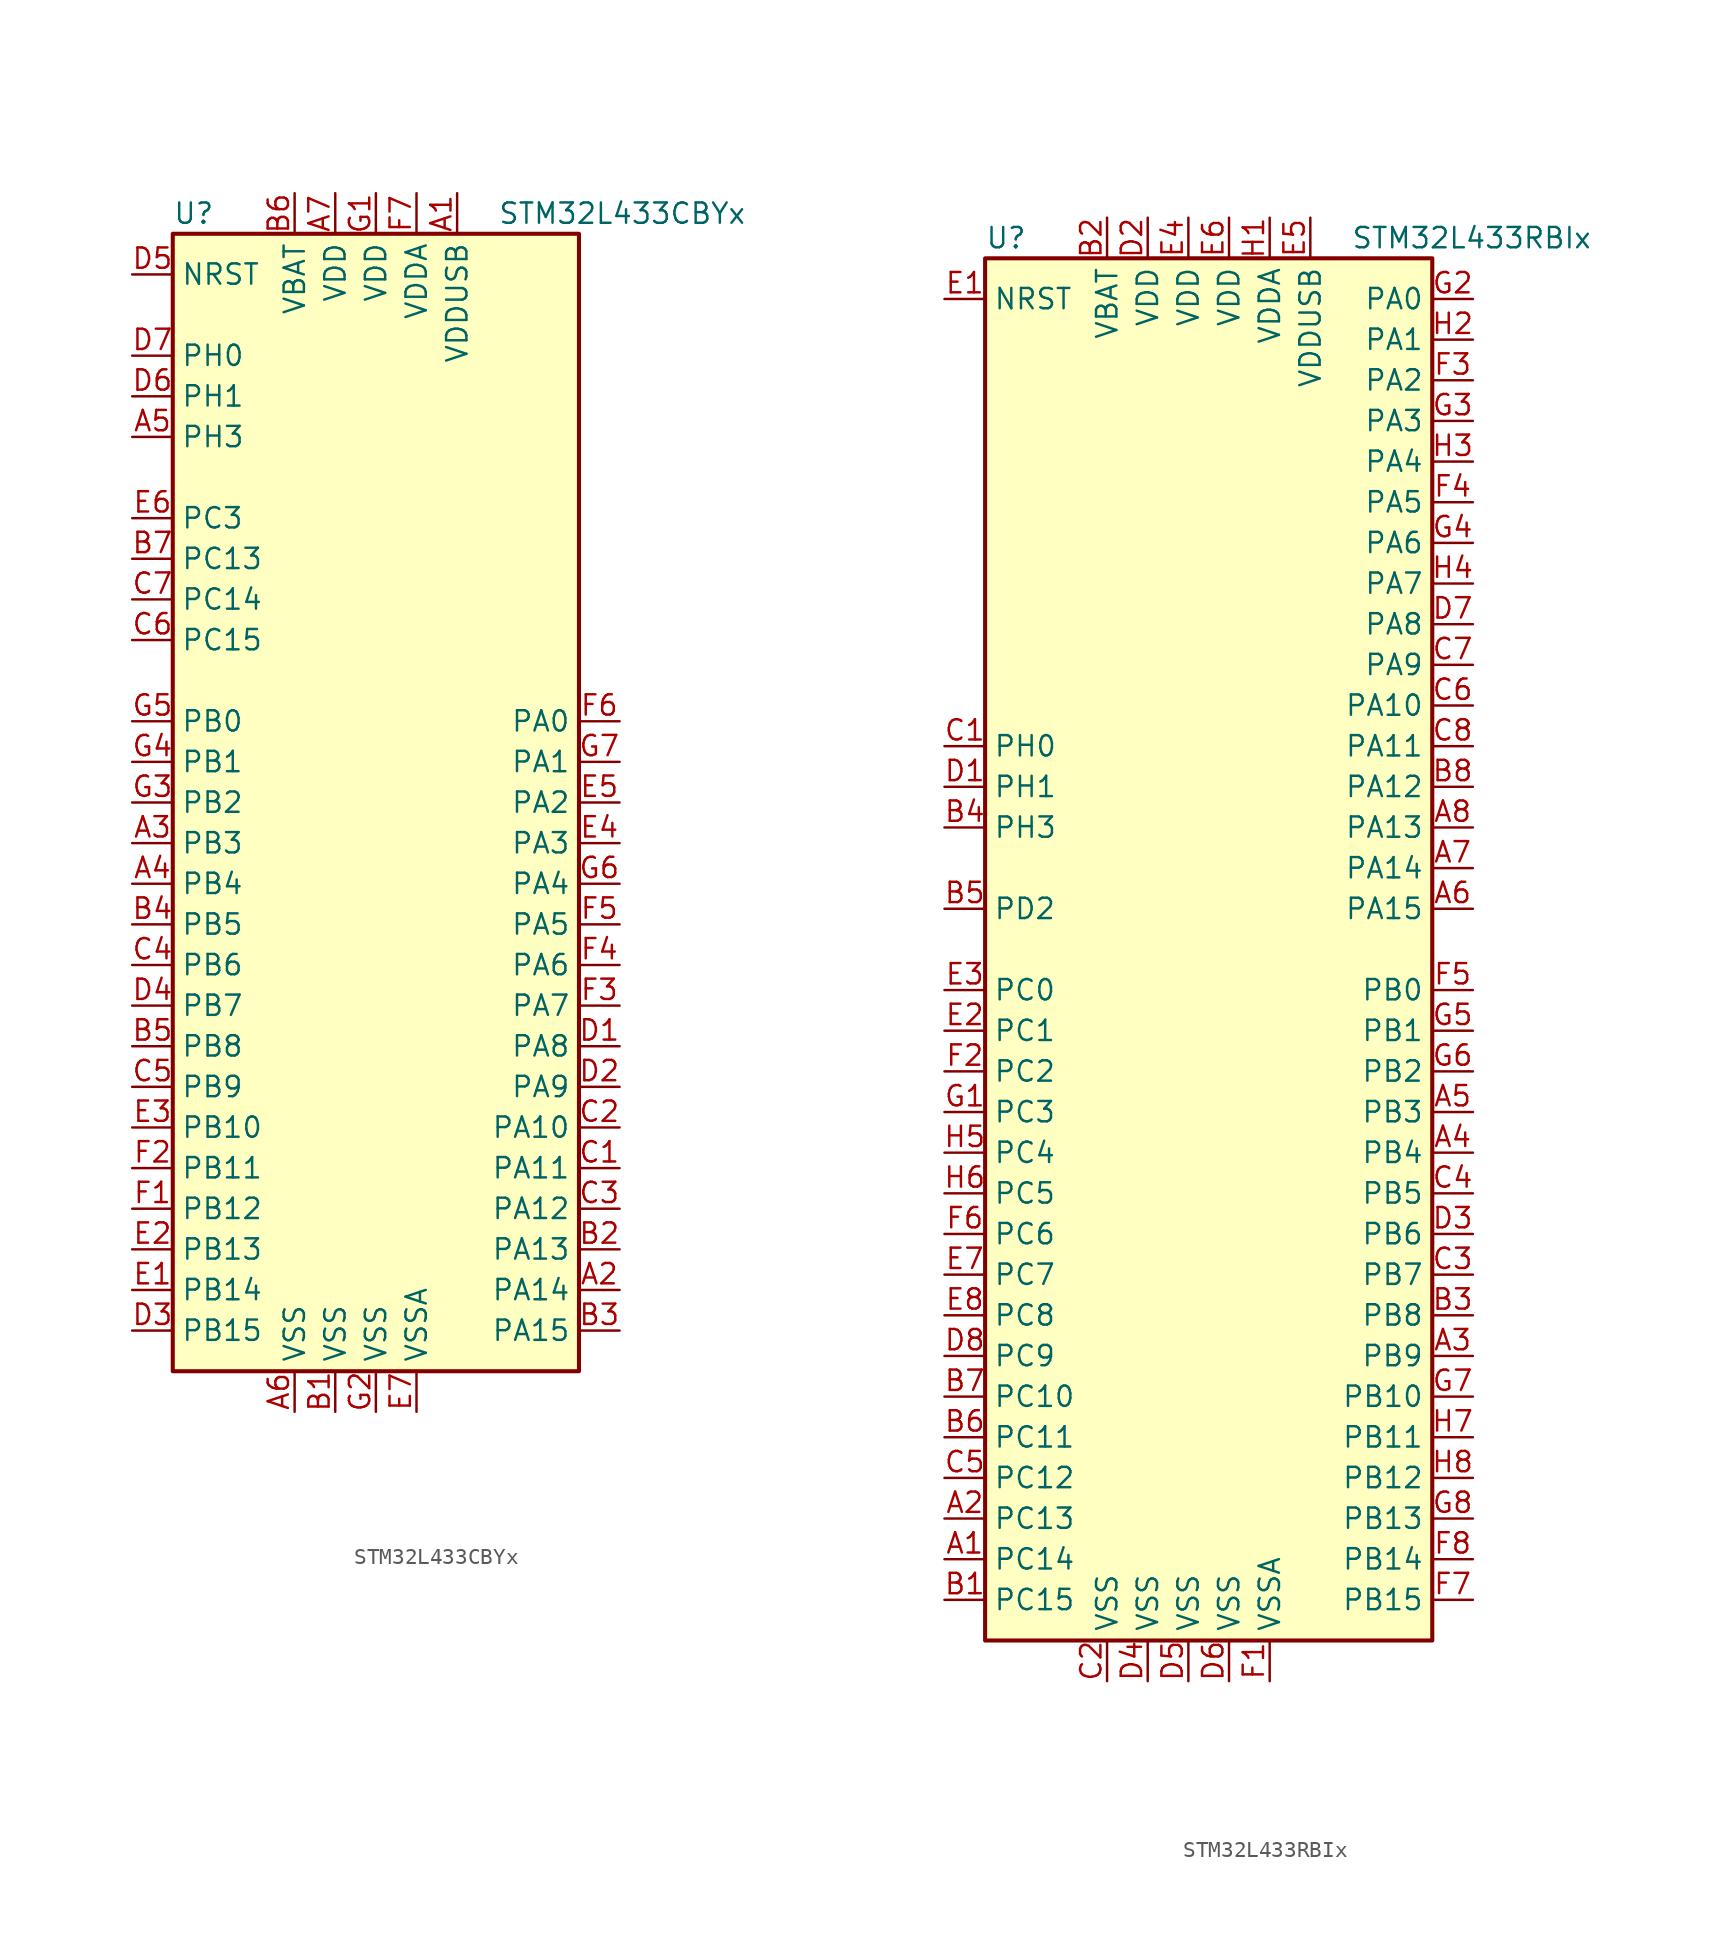
<source format=kicad_sym>
(kicad_symbol_lib
  (version 20201005)
  (generator kicad_symbol_editor)
  (symbol "STM32L433CBYx"
    (property "Reference" "U"
      (at -12.7 36.83 0)
      (effects (font (size 1.27 1.27)) (justify left)))
    (property "Value" "STM32L433CBYx"
      (at 7.62 36.83 0)
      (effects (font (size 1.27 1.27)) (justify left)))
    (symbol "STM32L433CBYx_0_1"
      (rectangle (start -12.7 -35.56) (end 12.7 35.56) (stroke (width 0.254)) (fill (type background))))
    (symbol "STM32L433CBYx_1_1"
      (pin input line (at -15.24 33.02 0) (length 2.54) (name "NRST" (effects (font (size 1.27 1.27)))) (number "D5" (effects (font (size 1.27 1.27)))))
      (pin bidirectional line (at 15.24 5.08 180) (length 2.54) (name "PA0" (effects (font (size 1.27 1.27)))) (number "F6" (effects (font (size 1.27 1.27)))))
      (pin bidirectional line (at 15.24 2.54 180) (length 2.54) (name "PA1" (effects (font (size 1.27 1.27)))) (number "G7" (effects (font (size 1.27 1.27)))))
      (pin bidirectional line (at 15.24 -20.32 180) (length 2.54) (name "PA10" (effects (font (size 1.27 1.27)))) (number "C2" (effects (font (size 1.27 1.27)))))
      (pin bidirectional line (at 15.24 -22.86 180) (length 2.54) (name "PA11" (effects (font (size 1.27 1.27)))) (number "C1" (effects (font (size 1.27 1.27)))))
      (pin bidirectional line (at 15.24 -25.4 180) (length 2.54) (name "PA12" (effects (font (size 1.27 1.27)))) (number "C3" (effects (font (size 1.27 1.27)))))
      (pin bidirectional line (at 15.24 -27.94 180) (length 2.54) (name "PA13" (effects (font (size 1.27 1.27)))) (number "B2" (effects (font (size 1.27 1.27)))))
      (pin bidirectional line (at 15.24 -30.48 180) (length 2.54) (name "PA14" (effects (font (size 1.27 1.27)))) (number "A2" (effects (font (size 1.27 1.27)))))
      (pin bidirectional line (at 15.24 -33.02 180) (length 2.54) (name "PA15" (effects (font (size 1.27 1.27)))) (number "B3" (effects (font (size 1.27 1.27)))))
      (pin bidirectional line (at 15.24 0 180) (length 2.54) (name "PA2" (effects (font (size 1.27 1.27)))) (number "E5" (effects (font (size 1.27 1.27)))))
      (pin bidirectional line (at 15.24 -2.54 180) (length 2.54) (name "PA3" (effects (font (size 1.27 1.27)))) (number "E4" (effects (font (size 1.27 1.27)))))
      (pin bidirectional line (at 15.24 -5.08 180) (length 2.54) (name "PA4" (effects (font (size 1.27 1.27)))) (number "G6" (effects (font (size 1.27 1.27)))))
      (pin bidirectional line (at 15.24 -7.62 180) (length 2.54) (name "PA5" (effects (font (size 1.27 1.27)))) (number "F5" (effects (font (size 1.27 1.27)))))
      (pin bidirectional line (at 15.24 -10.16 180) (length 2.54) (name "PA6" (effects (font (size 1.27 1.27)))) (number "F4" (effects (font (size 1.27 1.27)))))
      (pin bidirectional line (at 15.24 -12.7 180) (length 2.54) (name "PA7" (effects (font (size 1.27 1.27)))) (number "F3" (effects (font (size 1.27 1.27)))))
      (pin bidirectional line (at 15.24 -15.24 180) (length 2.54) (name "PA8" (effects (font (size 1.27 1.27)))) (number "D1" (effects (font (size 1.27 1.27)))))
      (pin bidirectional line (at 15.24 -17.78 180) (length 2.54) (name "PA9" (effects (font (size 1.27 1.27)))) (number "D2" (effects (font (size 1.27 1.27)))))
      (pin bidirectional line (at -15.24 5.08 0) (length 2.54) (name "PB0" (effects (font (size 1.27 1.27)))) (number "G5" (effects (font (size 1.27 1.27)))))
      (pin bidirectional line (at -15.24 2.54 0) (length 2.54) (name "PB1" (effects (font (size 1.27 1.27)))) (number "G4" (effects (font (size 1.27 1.27)))))
      (pin bidirectional line (at -15.24 -20.32 0) (length 2.54) (name "PB10" (effects (font (size 1.27 1.27)))) (number "E3" (effects (font (size 1.27 1.27)))))
      (pin bidirectional line (at -15.24 -22.86 0) (length 2.54) (name "PB11" (effects (font (size 1.27 1.27)))) (number "F2" (effects (font (size 1.27 1.27)))))
      (pin bidirectional line (at -15.24 -25.4 0) (length 2.54) (name "PB12" (effects (font (size 1.27 1.27)))) (number "F1" (effects (font (size 1.27 1.27)))))
      (pin bidirectional line (at -15.24 -27.94 0) (length 2.54) (name "PB13" (effects (font (size 1.27 1.27)))) (number "E2" (effects (font (size 1.27 1.27)))))
      (pin bidirectional line (at -15.24 -30.48 0) (length 2.54) (name "PB14" (effects (font (size 1.27 1.27)))) (number "E1" (effects (font (size 1.27 1.27)))))
      (pin bidirectional line (at -15.24 -33.02 0) (length 2.54) (name "PB15" (effects (font (size 1.27 1.27)))) (number "D3" (effects (font (size 1.27 1.27)))))
      (pin bidirectional line (at -15.24 0 0) (length 2.54) (name "PB2" (effects (font (size 1.27 1.27)))) (number "G3" (effects (font (size 1.27 1.27)))))
      (pin bidirectional line (at -15.24 -2.54 0) (length 2.54) (name "PB3" (effects (font (size 1.27 1.27)))) (number "A3" (effects (font (size 1.27 1.27)))))
      (pin bidirectional line (at -15.24 -5.08 0) (length 2.54) (name "PB4" (effects (font (size 1.27 1.27)))) (number "A4" (effects (font (size 1.27 1.27)))))
      (pin bidirectional line (at -15.24 -7.62 0) (length 2.54) (name "PB5" (effects (font (size 1.27 1.27)))) (number "B4" (effects (font (size 1.27 1.27)))))
      (pin bidirectional line (at -15.24 -10.16 0) (length 2.54) (name "PB6" (effects (font (size 1.27 1.27)))) (number "C4" (effects (font (size 1.27 1.27)))))
      (pin bidirectional line (at -15.24 -12.7 0) (length 2.54) (name "PB7" (effects (font (size 1.27 1.27)))) (number "D4" (effects (font (size 1.27 1.27)))))
      (pin bidirectional line (at -15.24 -15.24 0) (length 2.54) (name "PB8" (effects (font (size 1.27 1.27)))) (number "B5" (effects (font (size 1.27 1.27)))))
      (pin bidirectional line (at -15.24 -17.78 0) (length 2.54) (name "PB9" (effects (font (size 1.27 1.27)))) (number "C5" (effects (font (size 1.27 1.27)))))
      (pin bidirectional line (at -15.24 15.24 0) (length 2.54) (name "PC13" (effects (font (size 1.27 1.27)))) (number "B7" (effects (font (size 1.27 1.27)))))
      (pin bidirectional line (at -15.24 12.7 0) (length 2.54) (name "PC14" (effects (font (size 1.27 1.27)))) (number "C7" (effects (font (size 1.27 1.27)))))
      (pin bidirectional line (at -15.24 10.16 0) (length 2.54) (name "PC15" (effects (font (size 1.27 1.27)))) (number "C6" (effects (font (size 1.27 1.27)))))
      (pin bidirectional line (at -15.24 17.78 0) (length 2.54) (name "PC3" (effects (font (size 1.27 1.27)))) (number "E6" (effects (font (size 1.27 1.27)))))
      (pin input line (at -15.24 27.94 0) (length 2.54) (name "PH0" (effects (font (size 1.27 1.27)))) (number "D7" (effects (font (size 1.27 1.27)))))
      (pin input line (at -15.24 25.4 0) (length 2.54) (name "PH1" (effects (font (size 1.27 1.27)))) (number "D6" (effects (font (size 1.27 1.27)))))
      (pin bidirectional line (at -15.24 22.86 0) (length 2.54) (name "PH3" (effects (font (size 1.27 1.27)))) (number "A5" (effects (font (size 1.27 1.27)))))
      (pin power_in line (at -5.08 38.1 270) (length 2.54) (name "VBAT" (effects (font (size 1.27 1.27)))) (number "B6" (effects (font (size 1.27 1.27)))))
      (pin power_in line (at -2.54 38.1 270) (length 2.54) (name "VDD" (effects (font (size 1.27 1.27)))) (number "A7" (effects (font (size 1.27 1.27)))))
      (pin power_in line (at 0 38.1 270) (length 2.54) (name "VDD" (effects (font (size 1.27 1.27)))) (number "G1" (effects (font (size 1.27 1.27)))))
      (pin power_in line (at 2.54 38.1 270) (length 2.54) (name "VDDA" (effects (font (size 1.27 1.27)))) (number "F7" (effects (font (size 1.27 1.27)))))
      (pin power_in line (at 5.08 38.1 270) (length 2.54) (name "VDDUSB" (effects (font (size 1.27 1.27)))) (number "A1" (effects (font (size 1.27 1.27)))))
      (pin power_in line (at -5.08 -38.1 90) (length 2.54) (name "VSS" (effects (font (size 1.27 1.27)))) (number "A6" (effects (font (size 1.27 1.27)))))
      (pin power_in line (at -2.54 -38.1 90) (length 2.54) (name "VSS" (effects (font (size 1.27 1.27)))) (number "B1" (effects (font (size 1.27 1.27)))))
      (pin power_in line (at 0 -38.1 90) (length 2.54) (name "VSS" (effects (font (size 1.27 1.27)))) (number "G2" (effects (font (size 1.27 1.27)))))
      (pin power_in line (at 2.54 -38.1 90) (length 2.54) (name "VSSA" (effects (font (size 1.27 1.27)))) (number "E7" (effects (font (size 1.27 1.27)))))))
  (symbol "STM32L433RBIx"
    (property "Reference" "U"
      (at -15.24 44.45 0)
      (effects (font (size 1.27 1.27)) (justify left)))
    (property "Value" "STM32L433RBIx"
      (at 7.62 44.45 0)
      (effects (font (size 1.27 1.27)) (justify left)))
    (symbol "STM32L433RBIx_0_1"
      (rectangle (start -15.24 -43.18) (end 12.7 43.18) (stroke (width 0.254)) (fill (type background))))
    (symbol "STM32L433RBIx_1_1"
      (pin input line (at -17.78 40.64 0) (length 2.54) (name "NRST" (effects (font (size 1.27 1.27)))) (number "E1" (effects (font (size 1.27 1.27)))))
      (pin bidirectional line (at 15.24 40.64 180) (length 2.54) (name "PA0" (effects (font (size 1.27 1.27)))) (number "G2" (effects (font (size 1.27 1.27)))))
      (pin bidirectional line (at 15.24 38.1 180) (length 2.54) (name "PA1" (effects (font (size 1.27 1.27)))) (number "H2" (effects (font (size 1.27 1.27)))))
      (pin bidirectional line (at 15.24 15.24 180) (length 2.54) (name "PA10" (effects (font (size 1.27 1.27)))) (number "C6" (effects (font (size 1.27 1.27)))))
      (pin bidirectional line (at 15.24 12.7 180) (length 2.54) (name "PA11" (effects (font (size 1.27 1.27)))) (number "C8" (effects (font (size 1.27 1.27)))))
      (pin bidirectional line (at 15.24 10.16 180) (length 2.54) (name "PA12" (effects (font (size 1.27 1.27)))) (number "B8" (effects (font (size 1.27 1.27)))))
      (pin bidirectional line (at 15.24 7.62 180) (length 2.54) (name "PA13" (effects (font (size 1.27 1.27)))) (number "A8" (effects (font (size 1.27 1.27)))))
      (pin bidirectional line (at 15.24 5.08 180) (length 2.54) (name "PA14" (effects (font (size 1.27 1.27)))) (number "A7" (effects (font (size 1.27 1.27)))))
      (pin bidirectional line (at 15.24 2.54 180) (length 2.54) (name "PA15" (effects (font (size 1.27 1.27)))) (number "A6" (effects (font (size 1.27 1.27)))))
      (pin bidirectional line (at 15.24 35.56 180) (length 2.54) (name "PA2" (effects (font (size 1.27 1.27)))) (number "F3" (effects (font (size 1.27 1.27)))))
      (pin bidirectional line (at 15.24 33.02 180) (length 2.54) (name "PA3" (effects (font (size 1.27 1.27)))) (number "G3" (effects (font (size 1.27 1.27)))))
      (pin bidirectional line (at 15.24 30.48 180) (length 2.54) (name "PA4" (effects (font (size 1.27 1.27)))) (number "H3" (effects (font (size 1.27 1.27)))))
      (pin bidirectional line (at 15.24 27.94 180) (length 2.54) (name "PA5" (effects (font (size 1.27 1.27)))) (number "F4" (effects (font (size 1.27 1.27)))))
      (pin bidirectional line (at 15.24 25.4 180) (length 2.54) (name "PA6" (effects (font (size 1.27 1.27)))) (number "G4" (effects (font (size 1.27 1.27)))))
      (pin bidirectional line (at 15.24 22.86 180) (length 2.54) (name "PA7" (effects (font (size 1.27 1.27)))) (number "H4" (effects (font (size 1.27 1.27)))))
      (pin bidirectional line (at 15.24 20.32 180) (length 2.54) (name "PA8" (effects (font (size 1.27 1.27)))) (number "D7" (effects (font (size 1.27 1.27)))))
      (pin bidirectional line (at 15.24 17.78 180) (length 2.54) (name "PA9" (effects (font (size 1.27 1.27)))) (number "C7" (effects (font (size 1.27 1.27)))))
      (pin bidirectional line (at 15.24 -2.54 180) (length 2.54) (name "PB0" (effects (font (size 1.27 1.27)))) (number "F5" (effects (font (size 1.27 1.27)))))
      (pin bidirectional line (at 15.24 -5.08 180) (length 2.54) (name "PB1" (effects (font (size 1.27 1.27)))) (number "G5" (effects (font (size 1.27 1.27)))))
      (pin bidirectional line (at 15.24 -27.94 180) (length 2.54) (name "PB10" (effects (font (size 1.27 1.27)))) (number "G7" (effects (font (size 1.27 1.27)))))
      (pin bidirectional line (at 15.24 -30.48 180) (length 2.54) (name "PB11" (effects (font (size 1.27 1.27)))) (number "H7" (effects (font (size 1.27 1.27)))))
      (pin bidirectional line (at 15.24 -33.02 180) (length 2.54) (name "PB12" (effects (font (size 1.27 1.27)))) (number "H8" (effects (font (size 1.27 1.27)))))
      (pin bidirectional line (at 15.24 -35.56 180) (length 2.54) (name "PB13" (effects (font (size 1.27 1.27)))) (number "G8" (effects (font (size 1.27 1.27)))))
      (pin bidirectional line (at 15.24 -38.1 180) (length 2.54) (name "PB14" (effects (font (size 1.27 1.27)))) (number "F8" (effects (font (size 1.27 1.27)))))
      (pin bidirectional line (at 15.24 -40.64 180) (length 2.54) (name "PB15" (effects (font (size 1.27 1.27)))) (number "F7" (effects (font (size 1.27 1.27)))))
      (pin bidirectional line (at 15.24 -7.62 180) (length 2.54) (name "PB2" (effects (font (size 1.27 1.27)))) (number "G6" (effects (font (size 1.27 1.27)))))
      (pin bidirectional line (at 15.24 -10.16 180) (length 2.54) (name "PB3" (effects (font (size 1.27 1.27)))) (number "A5" (effects (font (size 1.27 1.27)))))
      (pin bidirectional line (at 15.24 -12.7 180) (length 2.54) (name "PB4" (effects (font (size 1.27 1.27)))) (number "A4" (effects (font (size 1.27 1.27)))))
      (pin bidirectional line (at 15.24 -15.24 180) (length 2.54) (name "PB5" (effects (font (size 1.27 1.27)))) (number "C4" (effects (font (size 1.27 1.27)))))
      (pin bidirectional line (at 15.24 -17.78 180) (length 2.54) (name "PB6" (effects (font (size 1.27 1.27)))) (number "D3" (effects (font (size 1.27 1.27)))))
      (pin bidirectional line (at 15.24 -20.32 180) (length 2.54) (name "PB7" (effects (font (size 1.27 1.27)))) (number "C3" (effects (font (size 1.27 1.27)))))
      (pin bidirectional line (at 15.24 -22.86 180) (length 2.54) (name "PB8" (effects (font (size 1.27 1.27)))) (number "B3" (effects (font (size 1.27 1.27)))))
      (pin bidirectional line (at 15.24 -25.4 180) (length 2.54) (name "PB9" (effects (font (size 1.27 1.27)))) (number "A3" (effects (font (size 1.27 1.27)))))
      (pin bidirectional line (at -17.78 -2.54 0) (length 2.54) (name "PC0" (effects (font (size 1.27 1.27)))) (number "E3" (effects (font (size 1.27 1.27)))))
      (pin bidirectional line (at -17.78 -5.08 0) (length 2.54) (name "PC1" (effects (font (size 1.27 1.27)))) (number "E2" (effects (font (size 1.27 1.27)))))
      (pin bidirectional line (at -17.78 -27.94 0) (length 2.54) (name "PC10" (effects (font (size 1.27 1.27)))) (number "B7" (effects (font (size 1.27 1.27)))))
      (pin bidirectional line (at -17.78 -30.48 0) (length 2.54) (name "PC11" (effects (font (size 1.27 1.27)))) (number "B6" (effects (font (size 1.27 1.27)))))
      (pin bidirectional line (at -17.78 -33.02 0) (length 2.54) (name "PC12" (effects (font (size 1.27 1.27)))) (number "C5" (effects (font (size 1.27 1.27)))))
      (pin bidirectional line (at -17.78 -35.56 0) (length 2.54) (name "PC13" (effects (font (size 1.27 1.27)))) (number "A2" (effects (font (size 1.27 1.27)))))
      (pin bidirectional line (at -17.78 -38.1 0) (length 2.54) (name "PC14" (effects (font (size 1.27 1.27)))) (number "A1" (effects (font (size 1.27 1.27)))))
      (pin bidirectional line (at -17.78 -40.64 0) (length 2.54) (name "PC15" (effects (font (size 1.27 1.27)))) (number "B1" (effects (font (size 1.27 1.27)))))
      (pin bidirectional line (at -17.78 -7.62 0) (length 2.54) (name "PC2" (effects (font (size 1.27 1.27)))) (number "F2" (effects (font (size 1.27 1.27)))))
      (pin bidirectional line (at -17.78 -10.16 0) (length 2.54) (name "PC3" (effects (font (size 1.27 1.27)))) (number "G1" (effects (font (size 1.27 1.27)))))
      (pin bidirectional line (at -17.78 -12.7 0) (length 2.54) (name "PC4" (effects (font (size 1.27 1.27)))) (number "H5" (effects (font (size 1.27 1.27)))))
      (pin bidirectional line (at -17.78 -15.24 0) (length 2.54) (name "PC5" (effects (font (size 1.27 1.27)))) (number "H6" (effects (font (size 1.27 1.27)))))
      (pin bidirectional line (at -17.78 -17.78 0) (length 2.54) (name "PC6" (effects (font (size 1.27 1.27)))) (number "F6" (effects (font (size 1.27 1.27)))))
      (pin bidirectional line (at -17.78 -20.32 0) (length 2.54) (name "PC7" (effects (font (size 1.27 1.27)))) (number "E7" (effects (font (size 1.27 1.27)))))
      (pin bidirectional line (at -17.78 -22.86 0) (length 2.54) (name "PC8" (effects (font (size 1.27 1.27)))) (number "E8" (effects (font (size 1.27 1.27)))))
      (pin bidirectional line (at -17.78 -25.4 0) (length 2.54) (name "PC9" (effects (font (size 1.27 1.27)))) (number "D8" (effects (font (size 1.27 1.27)))))
      (pin bidirectional line (at -17.78 2.54 0) (length 2.54) (name "PD2" (effects (font (size 1.27 1.27)))) (number "B5" (effects (font (size 1.27 1.27)))))
      (pin input line (at -17.78 12.7 0) (length 2.54) (name "PH0" (effects (font (size 1.27 1.27)))) (number "C1" (effects (font (size 1.27 1.27)))))
      (pin input line (at -17.78 10.16 0) (length 2.54) (name "PH1" (effects (font (size 1.27 1.27)))) (number "D1" (effects (font (size 1.27 1.27)))))
      (pin bidirectional line (at -17.78 7.62 0) (length 2.54) (name "PH3" (effects (font (size 1.27 1.27)))) (number "B4" (effects (font (size 1.27 1.27)))))
      (pin power_in line (at -7.62 45.72 270) (length 2.54) (name "VBAT" (effects (font (size 1.27 1.27)))) (number "B2" (effects (font (size 1.27 1.27)))))
      (pin power_in line (at -5.08 45.72 270) (length 2.54) (name "VDD" (effects (font (size 1.27 1.27)))) (number "D2" (effects (font (size 1.27 1.27)))))
      (pin power_in line (at -2.54 45.72 270) (length 2.54) (name "VDD" (effects (font (size 1.27 1.27)))) (number "E4" (effects (font (size 1.27 1.27)))))
      (pin power_in line (at 0 45.72 270) (length 2.54) (name "VDD" (effects (font (size 1.27 1.27)))) (number "E6" (effects (font (size 1.27 1.27)))))
      (pin power_in line (at 2.54 45.72 270) (length 2.54) (name "VDDA" (effects (font (size 1.27 1.27)))) (number "H1" (effects (font (size 1.27 1.27)))))
      (pin power_in line (at 5.08 45.72 270) (length 2.54) (name "VDDUSB" (effects (font (size 1.27 1.27)))) (number "E5" (effects (font (size 1.27 1.27)))))
      (pin power_in line (at -7.62 -45.72 90) (length 2.54) (name "VSS" (effects (font (size 1.27 1.27)))) (number "C2" (effects (font (size 1.27 1.27)))))
      (pin power_in line (at -5.08 -45.72 90) (length 2.54) (name "VSS" (effects (font (size 1.27 1.27)))) (number "D4" (effects (font (size 1.27 1.27)))))
      (pin power_in line (at -2.54 -45.72 90) (length 2.54) (name "VSS" (effects (font (size 1.27 1.27)))) (number "D5" (effects (font (size 1.27 1.27)))))
      (pin power_in line (at 0 -45.72 90) (length 2.54) (name "VSS" (effects (font (size 1.27 1.27)))) (number "D6" (effects (font (size 1.27 1.27)))))
      (pin power_in line (at 2.54 -45.72 90) (length 2.54) (name "VSSA" (effects (font (size 1.27 1.27)))) (number "F1" (effects (font (size 1.27 1.27))))))))
</source>
